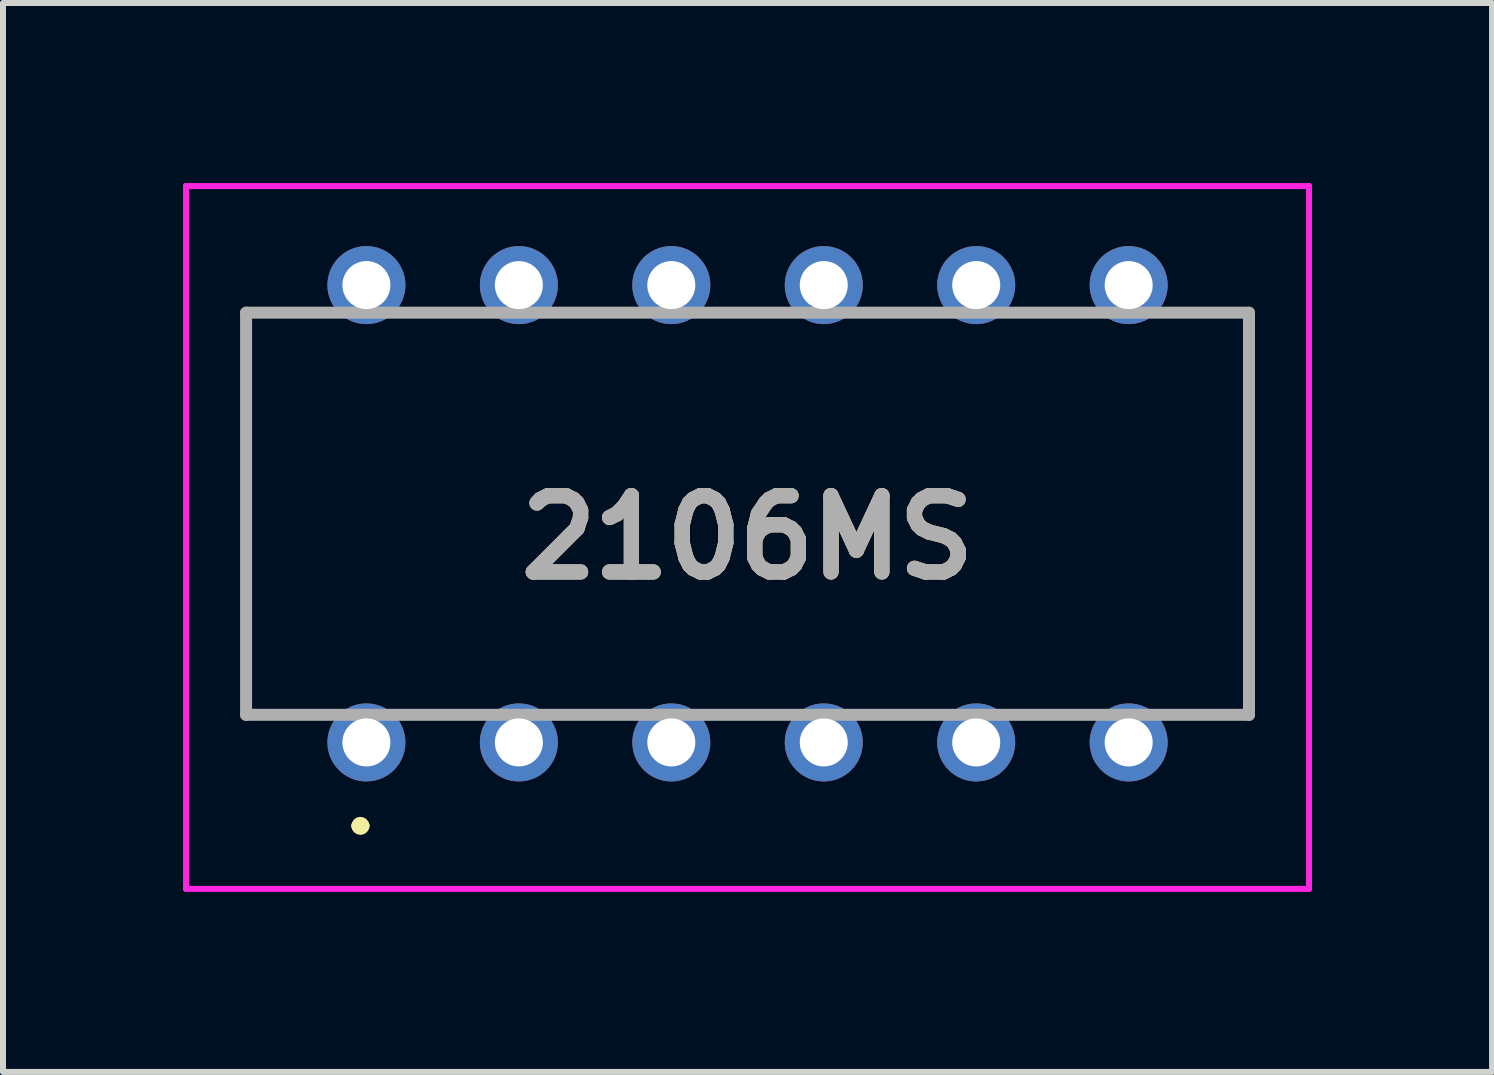
<source format=kicad_pcb>
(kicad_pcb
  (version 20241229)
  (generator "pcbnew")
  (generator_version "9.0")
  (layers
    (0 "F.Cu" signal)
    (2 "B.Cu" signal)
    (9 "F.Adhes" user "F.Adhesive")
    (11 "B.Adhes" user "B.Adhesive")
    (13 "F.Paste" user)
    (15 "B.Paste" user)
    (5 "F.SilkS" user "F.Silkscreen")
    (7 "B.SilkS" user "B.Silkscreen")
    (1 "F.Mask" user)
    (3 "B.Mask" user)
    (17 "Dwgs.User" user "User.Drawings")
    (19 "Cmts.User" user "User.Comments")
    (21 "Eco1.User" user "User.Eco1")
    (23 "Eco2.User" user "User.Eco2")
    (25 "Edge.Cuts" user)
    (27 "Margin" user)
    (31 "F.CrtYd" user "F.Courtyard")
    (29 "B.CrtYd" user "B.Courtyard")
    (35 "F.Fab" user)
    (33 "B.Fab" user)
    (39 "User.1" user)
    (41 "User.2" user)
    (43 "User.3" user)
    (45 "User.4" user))
  (footprint "2106MS"
    (layer "F.Cu")
    (at 3.055 9.32)
    (property "Reference" "2106MS" (at 6.35 -3.415 0) (layer "F.SilkS") (effects (font (size 1.27 1.27) (thickness 0.254))))
    (attr through_hole)
    (fp_line (start -2.005 -7.16) (end -2.005 -0.46) (stroke (width 0.1) (type solid)) (layer "F.SilkS"))
    (fp_line (start -0.15 1.39) (end -0.15 1.39) (stroke (width 0.2) (type solid)) (layer "F.SilkS"))
    (fp_line (start -0.05 1.39) (end -0.05 1.39) (stroke (width 0.2) (type solid)) (layer "F.SilkS"))
    (fp_line (start 14.705 -6.81) (end 14.705 -0.46) (stroke (width 0.1) (type solid)) (layer "F.SilkS"))
    (fp_arc (start -0.15 1.39) (mid -0.1 1.34) (end -0.05 1.39) (stroke (width 0.2) (type solid)) (layer "F.SilkS"))
    (fp_arc (start -0.05 1.39) (mid -0.1 1.44) (end -0.15 1.39) (stroke (width 0.2) (type solid)) (layer "F.SilkS"))
    (fp_line (start -3.005 -9.27) (end 15.705 -9.27) (stroke (width 0.1) (type solid)) (layer "F.CrtYd"))
    (fp_line (start -3.005 2.44) (end -3.005 -9.27) (stroke (width 0.1) (type solid)) (layer "F.CrtYd"))
    (fp_line (start 15.705 -9.27) (end 15.705 2.44) (stroke (width 0.1) (type solid)) (layer "F.CrtYd"))
    (fp_line (start 15.705 2.44) (end -3.005 2.44) (stroke (width 0.1) (type solid)) (layer "F.CrtYd"))
    (fp_line (start -2.005 -7.16) (end 14.705 -7.16) (stroke (width 0.2) (type solid)) (layer "F.Fab"))
    (fp_line (start -2.005 -0.46) (end -2.005 -7.16) (stroke (width 0.2) (type solid)) (layer "F.Fab"))
    (fp_line (start 14.705 -7.16) (end 14.705 -0.46) (stroke (width 0.2) (type solid)) (layer "F.Fab"))
    (fp_line (start 14.705 -0.46) (end -2.005 -0.46) (stroke (width 0.2) (type solid)) (layer "F.Fab"))
    (fp_text user "${REFERENCE}" (at 6.35 -3.415 0) (layer "F.Fab") (effects (font (size 1.27 1.27) (thickness 0.254))))
    (pad "1" thru_hole circle (at 0 0) (size 1.3 1.3) (drill 0.8) (layers "*.Cu" "*.Mask"))
    (pad "2" thru_hole circle (at 2.54 0) (size 1.3 1.3) (drill 0.8) (layers "*.Cu" "*.Mask"))
    (pad "3" thru_hole circle (at 5.08 0) (size 1.3 1.3) (drill 0.8) (layers "*.Cu" "*.Mask"))
    (pad "4" thru_hole circle (at 7.62 0) (size 1.3 1.3) (drill 0.8) (layers "*.Cu" "*.Mask"))
    (pad "5" thru_hole circle (at 10.16 0) (size 1.3 1.3) (drill 0.8) (layers "*.Cu" "*.Mask"))
    (pad "6" thru_hole circle (at 12.7 0) (size 1.3 1.3) (drill 0.8) (layers "*.Cu" "*.Mask"))
    (pad "7" thru_hole circle (at 12.7 -7.62) (size 1.3 1.3) (drill 0.8) (layers "*.Cu" "*.Mask"))
    (pad "8" thru_hole circle (at 10.16 -7.62) (size 1.3 1.3) (drill 0.8) (layers "*.Cu" "*.Mask"))
    (pad "9" thru_hole circle (at 7.62 -7.62) (size 1.3 1.3) (drill 0.8) (layers "*.Cu" "*.Mask"))
    (pad "10" thru_hole circle (at 5.08 -7.62) (size 1.3 1.3) (drill 0.8) (layers "*.Cu" "*.Mask"))
    (pad "11" thru_hole circle (at 2.54 -7.62) (size 1.3 1.3) (drill 0.8) (layers "*.Cu" "*.Mask"))
    (pad "12" thru_hole circle (at 0 -7.62) (size 1.3 1.3) (drill 0.8) (layers "*.Cu" "*.Mask")))
  (gr_rect
    (start -3 -3)
    (end 21.81 14.81)
    (stroke (width 0.1) (type default))
    (fill no)
    (layer "Edge.Cuts")))
</source>
